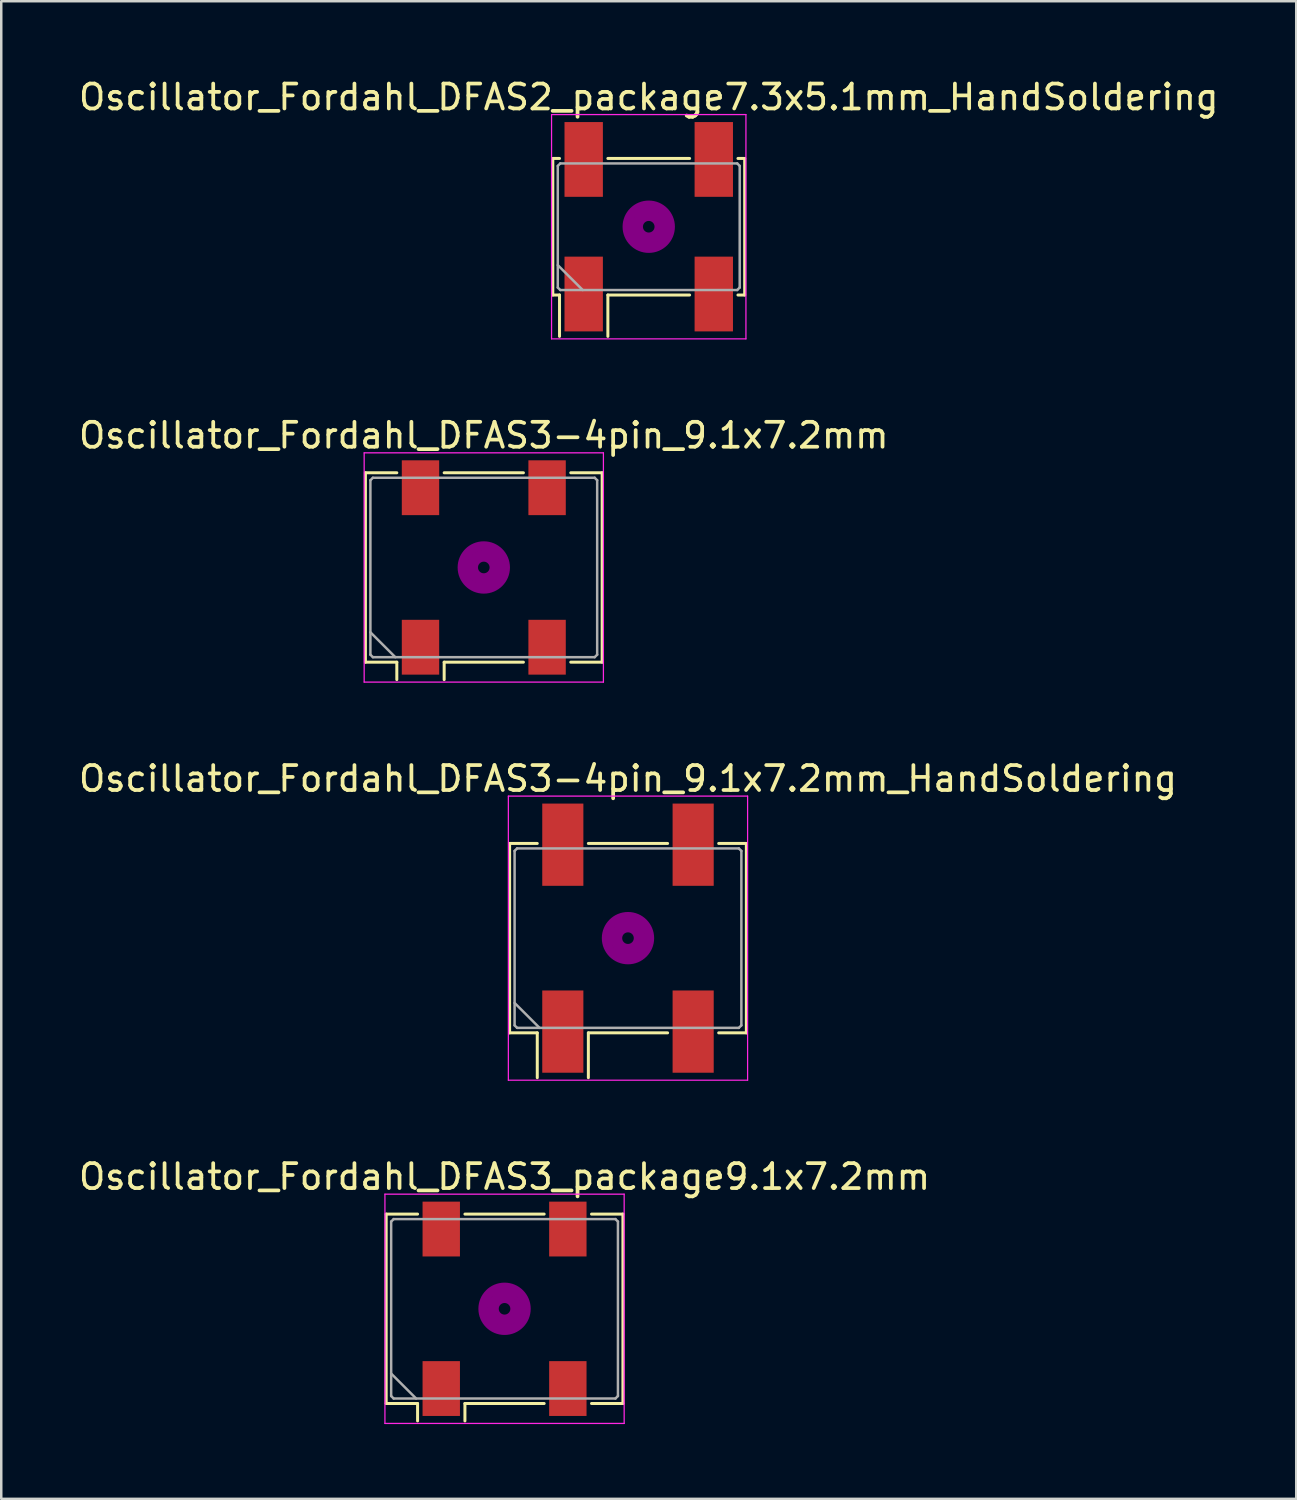
<source format=kicad_pcb>
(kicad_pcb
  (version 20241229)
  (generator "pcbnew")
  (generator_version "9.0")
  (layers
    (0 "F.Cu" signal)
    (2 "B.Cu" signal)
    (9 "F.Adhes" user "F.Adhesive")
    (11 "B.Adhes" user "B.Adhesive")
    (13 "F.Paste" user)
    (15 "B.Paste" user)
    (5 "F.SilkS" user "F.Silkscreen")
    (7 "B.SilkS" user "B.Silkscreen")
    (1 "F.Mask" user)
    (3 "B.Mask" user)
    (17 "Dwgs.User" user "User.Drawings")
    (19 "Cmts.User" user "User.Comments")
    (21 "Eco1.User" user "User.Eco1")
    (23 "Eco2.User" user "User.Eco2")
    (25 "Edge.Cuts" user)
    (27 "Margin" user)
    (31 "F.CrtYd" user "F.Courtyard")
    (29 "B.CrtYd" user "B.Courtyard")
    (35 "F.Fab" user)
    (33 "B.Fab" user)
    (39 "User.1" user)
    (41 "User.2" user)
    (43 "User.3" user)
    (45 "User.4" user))
  (footprint "Oscillator_Fordahl_DFAS3_package9.1x7.2mm"
    (layer "F.Cu")
    (at 17.196 49.468)
    (property "Reference" "Oscillator_Fordahl_DFAS3_package9.1x7.2mm" (at 0 -5.3 0) (layer "F.SilkS") (effects (font (size 1 1) (thickness 0.15))))
    (attr smd)
    (fp_line (start -4.75 -3.8) (end -3.49 -3.8) (stroke (width 0.12) (type solid)) (layer "F.SilkS"))
    (fp_line (start -4.75 3.8) (end -4.75 -3.8) (stroke (width 0.12) (type solid)) (layer "F.SilkS"))
    (fp_line (start -3.49 3.8) (end -4.75 3.8) (stroke (width 0.12) (type solid)) (layer "F.SilkS"))
    (fp_line (start -3.49 4.5) (end -3.49 3.8) (stroke (width 0.12) (type solid)) (layer "F.SilkS"))
    (fp_line (start -1.59 -3.8) (end 1.59 -3.8) (stroke (width 0.12) (type solid)) (layer "F.SilkS"))
    (fp_line (start -1.59 3.8) (end -1.59 4.5) (stroke (width 0.12) (type solid)) (layer "F.SilkS"))
    (fp_line (start 1.59 3.8) (end -1.59 3.8) (stroke (width 0.12) (type solid)) (layer "F.SilkS"))
    (fp_line (start 3.49 -3.8) (end 4.75 -3.8) (stroke (width 0.12) (type solid)) (layer "F.SilkS"))
    (fp_line (start 4.75 -3.8) (end 4.75 3.8) (stroke (width 0.12) (type solid)) (layer "F.SilkS"))
    (fp_line (start 4.75 3.8) (end 3.49 3.8) (stroke (width 0.12) (type solid)) (layer "F.SilkS"))
    (fp_circle (center 0 0) (end 0.233 0) (stroke (width 0.467) (type solid)) (fill no) (layer "F.Adhes"))
    (fp_circle (center 0 0) (end 0.533 0) (stroke (width 0.333) (type solid)) (fill no) (layer "F.Adhes"))
    (fp_circle (center 0 0) (end 0.833 0) (stroke (width 0.333) (type solid)) (fill no) (layer "F.Adhes"))
    (fp_circle (center 0 0) (end 1 0) (stroke (width 0.1) (type solid)) (fill no) (layer "F.Adhes"))
    (fp_line (start -4.8 -4.6) (end -4.8 4.6) (stroke (width 0.05) (type solid)) (layer "F.CrtYd"))
    (fp_line (start -4.8 4.6) (end 4.8 4.6) (stroke (width 0.05) (type solid)) (layer "F.CrtYd"))
    (fp_line (start 4.8 -4.6) (end -4.8 -4.6) (stroke (width 0.05) (type solid)) (layer "F.CrtYd"))
    (fp_line (start 4.8 4.6) (end 4.8 -4.6) (stroke (width 0.05) (type solid)) (layer "F.CrtYd"))
    (fp_line (start -4.55 -3.5) (end -4.45 -3.6) (stroke (width 0.1) (type solid)) (layer "F.Fab"))
    (fp_line (start -4.55 2.6) (end -3.55 3.6) (stroke (width 0.1) (type solid)) (layer "F.Fab"))
    (fp_line (start -4.55 3.5) (end -4.55 -3.5) (stroke (width 0.1) (type solid)) (layer "F.Fab"))
    (fp_line (start -4.45 -3.6) (end 4.45 -3.6) (stroke (width 0.1) (type solid)) (layer "F.Fab"))
    (fp_line (start -4.45 3.6) (end -4.55 3.5) (stroke (width 0.1) (type solid)) (layer "F.Fab"))
    (fp_line (start 4.45 -3.6) (end 4.55 -3.5) (stroke (width 0.1) (type solid)) (layer "F.Fab"))
    (fp_line (start 4.45 3.6) (end -4.45 3.6) (stroke (width 0.1) (type solid)) (layer "F.Fab"))
    (fp_line (start 4.55 -3.5) (end 4.55 3.5) (stroke (width 0.1) (type solid)) (layer "F.Fab"))
    (fp_line (start 4.55 3.5) (end 4.45 3.6) (stroke (width 0.1) (type solid)) (layer "F.Fab"))
    (pad "1" smd rect (at -2.54 3.2) (size 1.5 2.2) (layers "F.Cu" "F.Mask"))
    (pad "2" smd rect (at 2.54 3.2) (size 1.5 2.2) (layers "F.Cu" "F.Mask"))
    (pad "3" smd rect (at 2.54 -3.2) (size 1.5 2.2) (layers "F.Cu" "F.Mask"))
    (pad "4" smd rect (at -2.54 -3.2) (size 1.5 2.2) (layers "F.Cu" "F.Mask")))
  (footprint "Oscillator_Fordahl_DFAS3-4pin_9.1x7.2mm_HandSoldering"
    (layer "F.Cu")
    (at 22.149 34.595)
    (property "Reference" "Oscillator_Fordahl_DFAS3-4pin_9.1x7.2mm_HandSoldering" (at 0 -6.4 0) (layer "F.SilkS") (effects (font (size 1 1) (thickness 0.15))))
    (attr smd)
    (fp_line (start -4.75 -3.8) (end -3.64 -3.8) (stroke (width 0.12) (type solid)) (layer "F.SilkS"))
    (fp_line (start -4.75 3.8) (end -4.75 -3.8) (stroke (width 0.12) (type solid)) (layer "F.SilkS"))
    (fp_line (start -3.64 3.8) (end -4.75 3.8) (stroke (width 0.12) (type solid)) (layer "F.SilkS"))
    (fp_line (start -3.64 5.6) (end -3.64 3.8) (stroke (width 0.12) (type solid)) (layer "F.SilkS"))
    (fp_line (start -1.59 -3.8) (end 1.59 -3.8) (stroke (width 0.12) (type solid)) (layer "F.SilkS"))
    (fp_line (start -1.59 3.8) (end -1.59 5.6) (stroke (width 0.12) (type solid)) (layer "F.SilkS"))
    (fp_line (start 1.59 3.8) (end -1.59 3.8) (stroke (width 0.12) (type solid)) (layer "F.SilkS"))
    (fp_line (start 3.64 -3.8) (end 4.75 -3.8) (stroke (width 0.12) (type solid)) (layer "F.SilkS"))
    (fp_line (start 4.75 -3.8) (end 4.75 3.8) (stroke (width 0.12) (type solid)) (layer "F.SilkS"))
    (fp_line (start 4.75 3.8) (end 3.64 3.8) (stroke (width 0.12) (type solid)) (layer "F.SilkS"))
    (fp_circle (center 0 0) (end 0.233 0) (stroke (width 0.467) (type solid)) (fill no) (layer "F.Adhes"))
    (fp_circle (center 0 0) (end 0.533 0) (stroke (width 0.333) (type solid)) (fill no) (layer "F.Adhes"))
    (fp_circle (center 0 0) (end 0.833 0) (stroke (width 0.333) (type solid)) (fill no) (layer "F.Adhes"))
    (fp_circle (center 0 0) (end 1 0) (stroke (width 0.1) (type solid)) (fill no) (layer "F.Adhes"))
    (fp_line (start -4.8 -5.7) (end -4.8 5.7) (stroke (width 0.05) (type solid)) (layer "F.CrtYd"))
    (fp_line (start -4.8 5.7) (end 4.8 5.7) (stroke (width 0.05) (type solid)) (layer "F.CrtYd"))
    (fp_line (start 4.8 -5.7) (end -4.8 -5.7) (stroke (width 0.05) (type solid)) (layer "F.CrtYd"))
    (fp_line (start 4.8 5.7) (end 4.8 -5.7) (stroke (width 0.05) (type solid)) (layer "F.CrtYd"))
    (fp_line (start -4.55 -3.5) (end -4.45 -3.6) (stroke (width 0.1) (type solid)) (layer "F.Fab"))
    (fp_line (start -4.55 2.6) (end -3.55 3.6) (stroke (width 0.1) (type solid)) (layer "F.Fab"))
    (fp_line (start -4.55 3.5) (end -4.55 -3.5) (stroke (width 0.1) (type solid)) (layer "F.Fab"))
    (fp_line (start -4.45 -3.6) (end 4.45 -3.6) (stroke (width 0.1) (type solid)) (layer "F.Fab"))
    (fp_line (start -4.45 3.6) (end -4.55 3.5) (stroke (width 0.1) (type solid)) (layer "F.Fab"))
    (fp_line (start 4.45 -3.6) (end 4.55 -3.5) (stroke (width 0.1) (type solid)) (layer "F.Fab"))
    (fp_line (start 4.45 3.6) (end -4.45 3.6) (stroke (width 0.1) (type solid)) (layer "F.Fab"))
    (fp_line (start 4.55 -3.5) (end 4.55 3.5) (stroke (width 0.1) (type solid)) (layer "F.Fab"))
    (fp_line (start 4.55 3.5) (end 4.45 3.6) (stroke (width 0.1) (type solid)) (layer "F.Fab"))
    (pad "1" smd rect (at -2.615 3.75) (size 1.65 3.3) (layers "F.Cu" "F.Mask"))
    (pad "2" smd rect (at 2.615 3.75) (size 1.65 3.3) (layers "F.Cu" "F.Mask"))
    (pad "3" smd rect (at 2.615 -3.75) (size 1.65 3.3) (layers "F.Cu" "F.Mask"))
    (pad "4" smd rect (at -2.615 -3.75) (size 1.65 3.3) (layers "F.Cu" "F.Mask")))
  (footprint "Oscillator_Fordahl_DFAS2_package7.3x5.1mm_HandSoldering"
    (layer "F.Cu")
    (at 22.982 6.048)
    (property "Reference" "Oscillator_Fordahl_DFAS2_package7.3x5.1mm_HandSoldering" (at 0 -5.2 0) (layer "F.SilkS") (effects (font (size 1 1) (thickness 0.15))))
    (attr smd)
    (fp_line (start -3.85 -2.74) (end -3.58 -2.74) (stroke (width 0.12) (type solid)) (layer "F.SilkS"))
    (fp_line (start -3.85 2.74) (end -3.85 -2.74) (stroke (width 0.12) (type solid)) (layer "F.SilkS"))
    (fp_line (start -3.58 2.74) (end -3.85 2.74) (stroke (width 0.12) (type solid)) (layer "F.SilkS"))
    (fp_line (start -3.58 4.4) (end -3.58 2.74) (stroke (width 0.12) (type solid)) (layer "F.SilkS"))
    (fp_line (start -1.64 -2.74) (end 1.64 -2.74) (stroke (width 0.12) (type solid)) (layer "F.SilkS"))
    (fp_line (start -1.64 2.74) (end -1.64 4.4) (stroke (width 0.12) (type solid)) (layer "F.SilkS"))
    (fp_line (start 1.64 2.74) (end -1.64 2.74) (stroke (width 0.12) (type solid)) (layer "F.SilkS"))
    (fp_line (start 3.58 -2.74) (end 3.85 -2.74) (stroke (width 0.12) (type solid)) (layer "F.SilkS"))
    (fp_line (start 3.85 -2.74) (end 3.85 2.74) (stroke (width 0.12) (type solid)) (layer "F.SilkS"))
    (fp_line (start 3.85 2.74) (end 3.58 2.74) (stroke (width 0.12) (type solid)) (layer "F.SilkS"))
    (fp_circle (center 0 0) (end 0.233 0) (stroke (width 0.467) (type solid)) (fill no) (layer "F.Adhes"))
    (fp_circle (center 0 0) (end 0.533 0) (stroke (width 0.333) (type solid)) (fill no) (layer "F.Adhes"))
    (fp_circle (center 0 0) (end 0.833 0) (stroke (width 0.333) (type solid)) (fill no) (layer "F.Adhes"))
    (fp_circle (center 0 0) (end 1 0) (stroke (width 0.1) (type solid)) (fill no) (layer "F.Adhes"))
    (fp_line (start -3.9 -4.5) (end -3.9 4.5) (stroke (width 0.05) (type solid)) (layer "F.CrtYd"))
    (fp_line (start -3.9 4.5) (end 3.9 4.5) (stroke (width 0.05) (type solid)) (layer "F.CrtYd"))
    (fp_line (start 3.9 -4.5) (end -3.9 -4.5) (stroke (width 0.05) (type solid)) (layer "F.CrtYd"))
    (fp_line (start 3.9 4.5) (end 3.9 -4.5) (stroke (width 0.05) (type solid)) (layer "F.CrtYd"))
    (fp_line (start -3.65 -2.44) (end -3.55 -2.54) (stroke (width 0.1) (type solid)) (layer "F.Fab"))
    (fp_line (start -3.65 1.54) (end -2.65 2.54) (stroke (width 0.1) (type solid)) (layer "F.Fab"))
    (fp_line (start -3.65 2.44) (end -3.65 -2.44) (stroke (width 0.1) (type solid)) (layer "F.Fab"))
    (fp_line (start -3.55 -2.54) (end 3.55 -2.54) (stroke (width 0.1) (type solid)) (layer "F.Fab"))
    (fp_line (start -3.55 2.54) (end -3.65 2.44) (stroke (width 0.1) (type solid)) (layer "F.Fab"))
    (fp_line (start 3.55 -2.54) (end 3.65 -2.44) (stroke (width 0.1) (type solid)) (layer "F.Fab"))
    (fp_line (start 3.55 2.54) (end -3.55 2.54) (stroke (width 0.1) (type solid)) (layer "F.Fab"))
    (fp_line (start 3.65 -2.44) (end 3.65 2.44) (stroke (width 0.1) (type solid)) (layer "F.Fab"))
    (fp_line (start 3.65 2.44) (end 3.55 2.54) (stroke (width 0.1) (type solid)) (layer "F.Fab"))
    (pad "1" smd rect (at -2.61 2.7) (size 1.54 3) (layers "F.Cu" "F.Mask"))
    (pad "2" smd rect (at 2.61 2.7) (size 1.54 3) (layers "F.Cu" "F.Mask"))
    (pad "3" smd rect (at 2.61 -2.7) (size 1.54 3) (layers "F.Cu" "F.Mask"))
    (pad "4" smd rect (at -2.61 -2.7) (size 1.54 3) (layers "F.Cu" "F.Mask")))
  (footprint "Oscillator_Fordahl_DFAS3-4pin_9.1x7.2mm"
    (layer "F.Cu")
    (at 16.363 19.721)
    (property "Reference" "Oscillator_Fordahl_DFAS3-4pin_9.1x7.2mm" (at 0 -5.3 0) (layer "F.SilkS") (effects (font (size 1 1) (thickness 0.15))))
    (attr smd)
    (fp_line (start -4.75 -3.8) (end -3.49 -3.8) (stroke (width 0.12) (type solid)) (layer "F.SilkS"))
    (fp_line (start -4.75 3.8) (end -4.75 -3.8) (stroke (width 0.12) (type solid)) (layer "F.SilkS"))
    (fp_line (start -3.49 3.8) (end -4.75 3.8) (stroke (width 0.12) (type solid)) (layer "F.SilkS"))
    (fp_line (start -3.49 4.5) (end -3.49 3.8) (stroke (width 0.12) (type solid)) (layer "F.SilkS"))
    (fp_line (start -1.59 -3.8) (end 1.59 -3.8) (stroke (width 0.12) (type solid)) (layer "F.SilkS"))
    (fp_line (start -1.59 3.8) (end -1.59 4.5) (stroke (width 0.12) (type solid)) (layer "F.SilkS"))
    (fp_line (start 1.59 3.8) (end -1.59 3.8) (stroke (width 0.12) (type solid)) (layer "F.SilkS"))
    (fp_line (start 3.49 -3.8) (end 4.75 -3.8) (stroke (width 0.12) (type solid)) (layer "F.SilkS"))
    (fp_line (start 4.75 -3.8) (end 4.75 3.8) (stroke (width 0.12) (type solid)) (layer "F.SilkS"))
    (fp_line (start 4.75 3.8) (end 3.49 3.8) (stroke (width 0.12) (type solid)) (layer "F.SilkS"))
    (fp_circle (center 0 0) (end 0.233 0) (stroke (width 0.467) (type solid)) (fill no) (layer "F.Adhes"))
    (fp_circle (center 0 0) (end 0.533 0) (stroke (width 0.333) (type solid)) (fill no) (layer "F.Adhes"))
    (fp_circle (center 0 0) (end 0.833 0) (stroke (width 0.333) (type solid)) (fill no) (layer "F.Adhes"))
    (fp_circle (center 0 0) (end 1 0) (stroke (width 0.1) (type solid)) (fill no) (layer "F.Adhes"))
    (fp_line (start -4.8 -4.6) (end -4.8 4.6) (stroke (width 0.05) (type solid)) (layer "F.CrtYd"))
    (fp_line (start -4.8 4.6) (end 4.8 4.6) (stroke (width 0.05) (type solid)) (layer "F.CrtYd"))
    (fp_line (start 4.8 -4.6) (end -4.8 -4.6) (stroke (width 0.05) (type solid)) (layer "F.CrtYd"))
    (fp_line (start 4.8 4.6) (end 4.8 -4.6) (stroke (width 0.05) (type solid)) (layer "F.CrtYd"))
    (fp_line (start -4.55 -3.5) (end -4.45 -3.6) (stroke (width 0.1) (type solid)) (layer "F.Fab"))
    (fp_line (start -4.55 2.6) (end -3.55 3.6) (stroke (width 0.1) (type solid)) (layer "F.Fab"))
    (fp_line (start -4.55 3.5) (end -4.55 -3.5) (stroke (width 0.1) (type solid)) (layer "F.Fab"))
    (fp_line (start -4.45 -3.6) (end 4.45 -3.6) (stroke (width 0.1) (type solid)) (layer "F.Fab"))
    (fp_line (start -4.45 3.6) (end -4.55 3.5) (stroke (width 0.1) (type solid)) (layer "F.Fab"))
    (fp_line (start 4.45 -3.6) (end 4.55 -3.5) (stroke (width 0.1) (type solid)) (layer "F.Fab"))
    (fp_line (start 4.45 3.6) (end -4.45 3.6) (stroke (width 0.1) (type solid)) (layer "F.Fab"))
    (fp_line (start 4.55 -3.5) (end 4.55 3.5) (stroke (width 0.1) (type solid)) (layer "F.Fab"))
    (fp_line (start 4.55 3.5) (end 4.45 3.6) (stroke (width 0.1) (type solid)) (layer "F.Fab"))
    (pad "1" smd rect (at -2.54 3.2) (size 1.5 2.2) (layers "F.Cu" "F.Mask"))
    (pad "2" smd rect (at 2.54 3.2) (size 1.5 2.2) (layers "F.Cu" "F.Mask"))
    (pad "3" smd rect (at 2.54 -3.2) (size 1.5 2.2) (layers "F.Cu" "F.Mask"))
    (pad "4" smd rect (at -2.54 -3.2) (size 1.5 2.2) (layers "F.Cu" "F.Mask")))
  (gr_rect
    (start -3 -3)
    (end 48.964 57.093)
    (stroke (width 0.1) (type default))
    (fill no)
    (layer "Edge.Cuts")))
</source>
